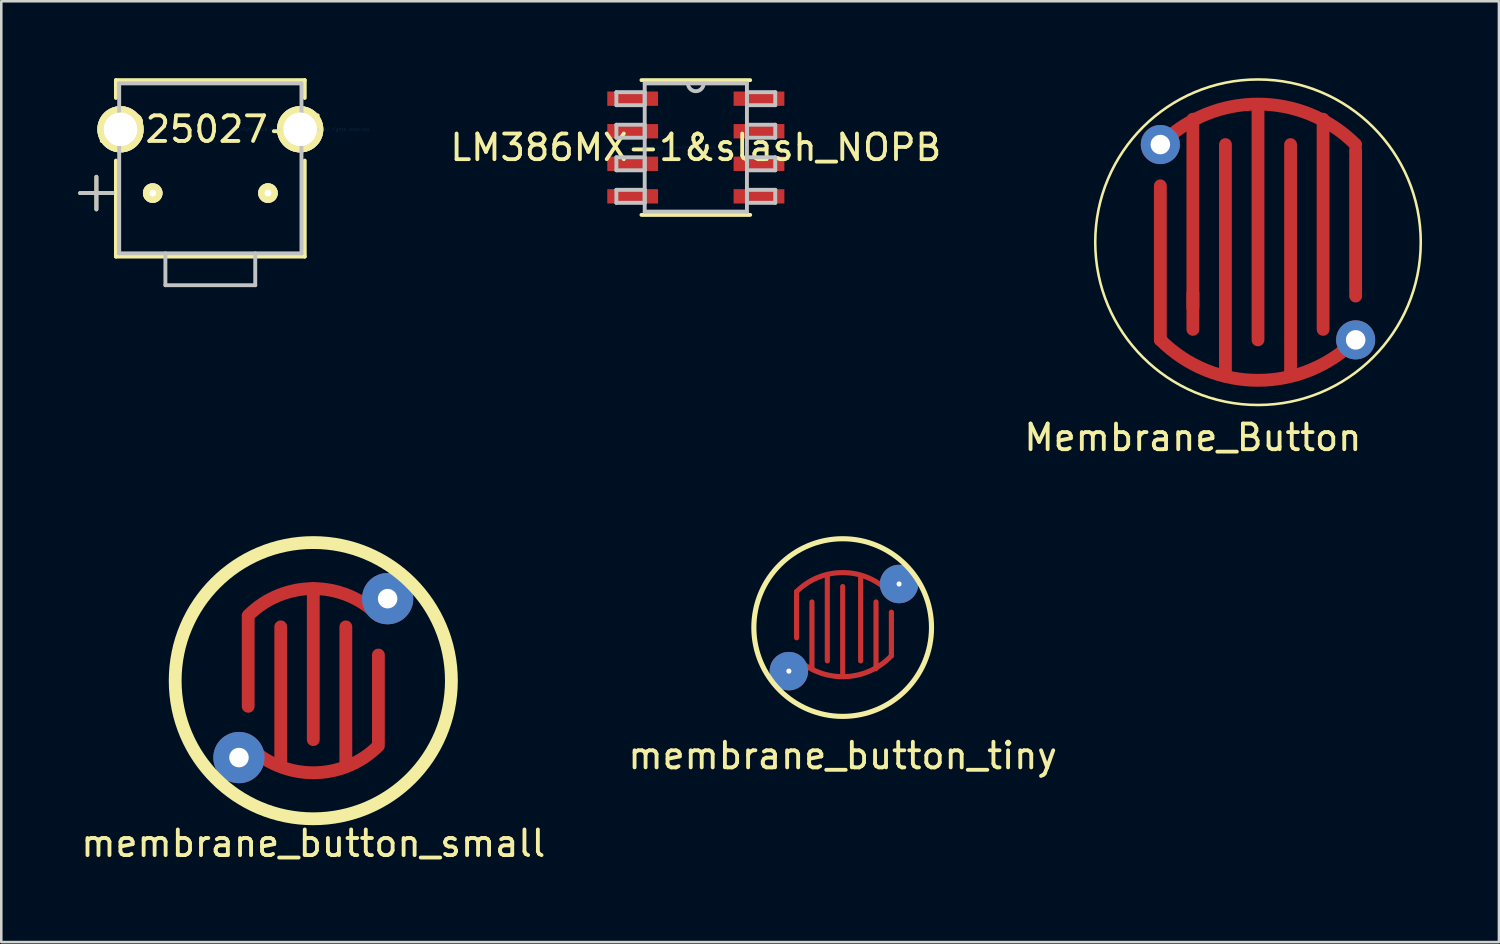
<source format=kicad_pcb>
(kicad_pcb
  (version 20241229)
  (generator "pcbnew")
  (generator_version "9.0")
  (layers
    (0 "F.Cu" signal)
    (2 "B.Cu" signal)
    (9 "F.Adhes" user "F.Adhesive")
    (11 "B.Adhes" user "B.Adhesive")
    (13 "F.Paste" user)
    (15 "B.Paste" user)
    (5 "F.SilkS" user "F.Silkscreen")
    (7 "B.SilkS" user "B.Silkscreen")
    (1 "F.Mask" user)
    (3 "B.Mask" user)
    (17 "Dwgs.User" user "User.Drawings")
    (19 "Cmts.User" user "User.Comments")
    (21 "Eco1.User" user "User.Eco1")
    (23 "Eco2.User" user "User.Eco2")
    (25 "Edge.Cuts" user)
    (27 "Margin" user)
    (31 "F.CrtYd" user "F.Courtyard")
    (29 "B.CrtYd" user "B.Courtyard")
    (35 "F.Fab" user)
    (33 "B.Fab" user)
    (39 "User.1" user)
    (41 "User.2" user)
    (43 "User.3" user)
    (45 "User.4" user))
  (footprint "LM386MX-1&slash_NOPB"
    (layer "F.Cu")
    (at 24.097 2.705)
    (property "Reference" "LM386MX-1&slash_NOPB" (at 0 0 0) (layer "F.SilkS") (effects (font (size 1 1) (thickness 0.15))))
    (attr through_hole)
    (fp_line (start -2.121 2.629) (end 2.121 2.629) (stroke (width 0.152) (type solid)) (layer "F.SilkS"))
    (fp_line (start 2.121 -2.629) (end -2.121 -2.629) (stroke (width 0.152) (type solid)) (layer "F.SilkS"))
    (fp_line (start -3.099 -2.159) (end -3.099 -1.651) (stroke (width 0.152) (type solid)) (layer "Dwgs.User"))
    (fp_line (start -3.099 -1.651) (end -1.994 -1.651) (stroke (width 0.152) (type solid)) (layer "Dwgs.User"))
    (fp_line (start -3.099 -0.889) (end -3.099 -0.381) (stroke (width 0.152) (type solid)) (layer "Dwgs.User"))
    (fp_line (start -3.099 -0.381) (end -1.994 -0.381) (stroke (width 0.152) (type solid)) (layer "Dwgs.User"))
    (fp_line (start -3.099 0.381) (end -3.099 0.889) (stroke (width 0.152) (type solid)) (layer "Dwgs.User"))
    (fp_line (start -3.099 0.889) (end -1.994 0.889) (stroke (width 0.152) (type solid)) (layer "Dwgs.User"))
    (fp_line (start -3.099 1.651) (end -3.099 2.159) (stroke (width 0.152) (type solid)) (layer "Dwgs.User"))
    (fp_line (start -3.099 2.159) (end -1.994 2.159) (stroke (width 0.152) (type solid)) (layer "Dwgs.User"))
    (fp_line (start -1.994 -2.502) (end -1.994 2.502) (stroke (width 0.152) (type solid)) (layer "Dwgs.User"))
    (fp_line (start -1.994 -2.159) (end -3.099 -2.159) (stroke (width 0.152) (type solid)) (layer "Dwgs.User"))
    (fp_line (start -1.994 -1.651) (end -1.994 -2.159) (stroke (width 0.152) (type solid)) (layer "Dwgs.User"))
    (fp_line (start -1.994 -0.889) (end -3.099 -0.889) (stroke (width 0.152) (type solid)) (layer "Dwgs.User"))
    (fp_line (start -1.994 -0.381) (end -1.994 -0.889) (stroke (width 0.152) (type solid)) (layer "Dwgs.User"))
    (fp_line (start -1.994 0.381) (end -3.099 0.381) (stroke (width 0.152) (type solid)) (layer "Dwgs.User"))
    (fp_line (start -1.994 0.889) (end -1.994 0.381) (stroke (width 0.152) (type solid)) (layer "Dwgs.User"))
    (fp_line (start -1.994 1.651) (end -3.099 1.651) (stroke (width 0.152) (type solid)) (layer "Dwgs.User"))
    (fp_line (start -1.994 2.159) (end -1.994 1.651) (stroke (width 0.152) (type solid)) (layer "Dwgs.User"))
    (fp_line (start -1.994 2.502) (end 1.994 2.502) (stroke (width 0.152) (type solid)) (layer "Dwgs.User"))
    (fp_line (start 1.994 -2.502) (end -1.994 -2.502) (stroke (width 0.152) (type solid)) (layer "Dwgs.User"))
    (fp_line (start 1.994 -2.159) (end 1.994 -1.651) (stroke (width 0.152) (type solid)) (layer "Dwgs.User"))
    (fp_line (start 1.994 -1.651) (end 3.099 -1.651) (stroke (width 0.152) (type solid)) (layer "Dwgs.User"))
    (fp_line (start 1.994 -0.889) (end 1.994 -0.381) (stroke (width 0.152) (type solid)) (layer "Dwgs.User"))
    (fp_line (start 1.994 -0.381) (end 3.099 -0.381) (stroke (width 0.152) (type solid)) (layer "Dwgs.User"))
    (fp_line (start 1.994 0.381) (end 1.994 0.889) (stroke (width 0.152) (type solid)) (layer "Dwgs.User"))
    (fp_line (start 1.994 0.889) (end 3.099 0.889) (stroke (width 0.152) (type solid)) (layer "Dwgs.User"))
    (fp_line (start 1.994 1.651) (end 1.994 2.159) (stroke (width 0.152) (type solid)) (layer "Dwgs.User"))
    (fp_line (start 1.994 2.159) (end 3.099 2.159) (stroke (width 0.152) (type solid)) (layer "Dwgs.User"))
    (fp_line (start 1.994 2.502) (end 1.994 -2.502) (stroke (width 0.152) (type solid)) (layer "Dwgs.User"))
    (fp_line (start 3.099 -2.159) (end 1.994 -2.159) (stroke (width 0.152) (type solid)) (layer "Dwgs.User"))
    (fp_line (start 3.099 -1.651) (end 3.099 -2.159) (stroke (width 0.152) (type solid)) (layer "Dwgs.User"))
    (fp_line (start 3.099 -0.889) (end 1.994 -0.889) (stroke (width 0.152) (type solid)) (layer "Dwgs.User"))
    (fp_line (start 3.099 -0.381) (end 3.099 -0.889) (stroke (width 0.152) (type solid)) (layer "Dwgs.User"))
    (fp_line (start 3.099 0.381) (end 1.994 0.381) (stroke (width 0.152) (type solid)) (layer "Dwgs.User"))
    (fp_line (start 3.099 0.889) (end 3.099 0.381) (stroke (width 0.152) (type solid)) (layer "Dwgs.User"))
    (fp_line (start 3.099 1.651) (end 1.994 1.651) (stroke (width 0.152) (type solid)) (layer "Dwgs.User"))
    (fp_line (start 3.099 2.159) (end 3.099 1.651) (stroke (width 0.152) (type solid)) (layer "Dwgs.User"))
    (fp_arc (start 0.3048 -2.5019) (mid 0 -2.1971) (end -0.3048 -2.5019) (stroke (width 0.1524) (type solid)) (layer "Dwgs.User"))
    (fp_text user "Copyright 2016 Accelerated Designs. All rights reserved." (at 0 0 0) (layer "Cmts.User") (effects (font (size 0.127 0.127) (thickness 0.002))))
    (pad "1" smd rect (at -2.464 -1.905) (size 1.981 0.559) (layers "F.Cu"))
    (pad "2" smd rect (at -2.464 -0.635) (size 1.981 0.559) (layers "F.Cu"))
    (pad "3" smd rect (at -2.464 0.635) (size 1.981 0.559) (layers "F.Cu"))
    (pad "4" smd rect (at -2.464 1.905) (size 1.981 0.559) (layers "F.Cu"))
    (pad "5" smd rect (at 2.464 1.905) (size 1.981 0.559) (layers "F.Cu"))
    (pad "6" smd rect (at 2.464 0.635) (size 1.981 0.559) (layers "F.Cu"))
    (pad "7" smd rect (at 2.464 -0.635) (size 1.981 0.559) (layers "F.Cu"))
    (pad "8" smd rect (at 2.464 -1.905) (size 1.981 0.559) (layers "F.Cu")))
  (footprint "membrane_button_tiny"
    (layer "F.Cu")
    (at 29.827 21.434)
    (property "Reference" "membrane_button_tiny" (at 0 5 0) (layer "F.SilkS") (effects (font (size 1 1) (thickness 0.15))))
    (attr through_hole)
    (fp_line (start -1.8 -1.4) (end -1.8 0.4) (stroke (width 0.2) (type solid)) (layer "F.Cu"))
    (fp_line (start -1.2 1.6) (end -1.2 -1) (stroke (width 0.2) (type solid)) (layer "F.Cu"))
    (fp_line (start -0.6 -2) (end -0.6 1.3) (stroke (width 0.2) (type solid)) (layer "F.Cu"))
    (fp_line (start 0 1.8) (end 0 -1.6) (stroke (width 0.2) (type solid)) (layer "F.Cu"))
    (fp_line (start 0.7 -2) (end 0.7 1.3) (stroke (width 0.2) (type solid)) (layer "F.Cu"))
    (fp_line (start 1.3 1.6) (end 1.3 -1) (stroke (width 0.2) (type solid)) (layer "F.Cu"))
    (fp_line (start 1.9 1.1) (end 1.9 -0.6) (stroke (width 0.2) (type solid)) (layer "F.Cu"))
    (fp_arc (start -1.8 -1.4) (mid 0 -2.145584) (end 1.8 -1.4) (stroke (width 0.2) (type solid)) (layer "F.Cu"))
    (fp_arc (start 1.9 1.1) (mid 0.070711 1.916295) (end -1.8 1.2) (stroke (width 0.2) (type solid)) (layer "F.Cu"))
    (fp_circle (center 0 0) (end 2.4 -2.5) (stroke (width 0.2) (type solid)) (fill no) (layer "F.SilkS"))
    (pad "1" thru_hole circle (at 2.2 -1.7) (size 1.5 1.5) (drill 0.2) (layers "*.Cu" "*.Mask"))
    (pad "2" thru_hole circle (at -2.1 1.7) (size 1.5 1.5) (drill 0.2) (layers "*.Cu" "*.Mask")))
  (footprint "Membrane_Button"
    (layer "F.Cu")
    (at 46.03 6.4)
    (property "Reference" "Membrane_Button" (at -2.54 7.62 0) (layer "F.SilkS") (effects (font (size 1 1) (thickness 0.15))))
    (attr through_hole)
    (fp_line (start -3.81 3.81) (end -3.81 -2.2) (stroke (width 0.5) (type solid)) (layer "F.Cu"))
    (fp_line (start -2.54 -4.8) (end -2.54 2.54) (stroke (width 0.5) (type solid)) (layer "F.Cu"))
    (fp_line (start -2.54 3.4) (end -2.54 2) (stroke (width 0.5) (type solid)) (layer "F.Cu"))
    (fp_line (start -1.27 5.08) (end -1.27 -3.81) (stroke (width 0.5) (type solid)) (layer "F.Cu"))
    (fp_line (start 0 -5.3) (end 0 3.81) (stroke (width 0.5) (type solid)) (layer "F.Cu"))
    (fp_line (start 1.27 5.08) (end 1.27 -3.81) (stroke (width 0.5) (type solid)) (layer "F.Cu"))
    (fp_line (start 2.54 -4.8) (end 2.54 3.4) (stroke (width 0.5) (type solid)) (layer "F.Cu"))
    (fp_line (start 3.81 2.1) (end 3.81 -3.6) (stroke (width 0.5) (type solid)) (layer "F.Cu"))
    (fp_arc (start -3.81 -3.81) (mid 0 -5.388154) (end 3.81 -3.81) (stroke (width 0.5) (type solid)) (layer "F.Cu"))
    (fp_arc (start 3.81 3.81) (mid 0 5.388154) (end -3.81 3.81) (stroke (width 0.5) (type solid)) (layer "F.Cu"))
    (fp_circle (center 0 0) (end 5.08 -3.81) (stroke (width 0.1) (type solid)) (fill no) (layer "F.SilkS"))
    (pad "1" thru_hole circle (at -3.81 -3.81) (size 1.524 1.524) (drill 0.762) (layers "*.Cu" "*.Mask"))
    (pad "2" thru_hole circle (at 3.81 3.81) (size 1.524 1.524) (drill 0.762) (layers "*.Cu" "*.Mask")))
  (footprint "1825027-5"
    (layer "F.Cu")
    (at 8.661 1.994)
    (property "Reference" "1825027-5" (at -3.505 0 0) (layer "F.SilkS") (effects (font (size 1 1) (thickness 0.15))))
    (attr through_hole)
    (fp_line (start -8.585 2.489) (end -7.315 2.489) (stroke (width 0.152) (type solid)) (layer "F.SilkS"))
    (fp_line (start -7.95 1.854) (end -7.95 3.124) (stroke (width 0.152) (type solid)) (layer "F.SilkS"))
    (fp_line (start -7.188 -1.918) (end -7.188 -1.222) (stroke (width 0.152) (type solid)) (layer "F.SilkS"))
    (fp_line (start -7.188 1.222) (end -7.188 4.966) (stroke (width 0.152) (type solid)) (layer "F.SilkS"))
    (fp_line (start 0.178 -1.918) (end -7.188 -1.918) (stroke (width 0.152) (type solid)) (layer "F.SilkS"))
    (fp_line (start 0.178 -1.918) (end 0.178 -1.222) (stroke (width 0.152) (type solid)) (layer "F.SilkS"))
    (fp_line (start 0.178 1.222) (end 0.178 4.966) (stroke (width 0.152) (type solid)) (layer "F.SilkS"))
    (fp_line (start 0.178 4.966) (end -7.188 4.966) (stroke (width 0.152) (type solid)) (layer "F.SilkS"))
    (fp_line (start -8.585 2.489) (end -7.315 2.489) (stroke (width 0.152) (type solid)) (layer "Dwgs.User"))
    (fp_line (start -7.95 1.854) (end -7.95 3.124) (stroke (width 0.152) (type solid)) (layer "Dwgs.User"))
    (fp_line (start -7.061 -1.791) (end -7.061 4.839) (stroke (width 0.152) (type solid)) (layer "Dwgs.User"))
    (fp_line (start -5.258 4.839) (end -5.258 6.083) (stroke (width 0.152) (type solid)) (layer "Dwgs.User"))
    (fp_line (start -5.258 6.083) (end -1.753 6.083) (stroke (width 0.152) (type solid)) (layer "Dwgs.User"))
    (fp_line (start -1.753 6.083) (end -1.753 4.839) (stroke (width 0.152) (type solid)) (layer "Dwgs.User"))
    (fp_line (start 0.051 -1.791) (end -7.061 -1.791) (stroke (width 0.152) (type solid)) (layer "Dwgs.User"))
    (fp_line (start 0.051 -1.791) (end 0.051 4.839) (stroke (width 0.152) (type solid)) (layer "Dwgs.User"))
    (fp_line (start 0.051 4.839) (end -7.061 4.839) (stroke (width 0.152) (type solid)) (layer "Dwgs.User"))
    (fp_text user "Copyright 2016 Accelerated Designs. All rights reserved." (at 0 0 0) (layer "Cmts.User") (effects (font (size 0.127 0.127) (thickness 0.002))))
    (pad "1" thru_hole circle (at -5.753 2.489) (size 0.762 0.762) (drill 0.254) (layers "*.Cu" "F.SilkS"))
    (pad "1" thru_hole circle (at -5.753 2.489) (size 0.762 0.762) (drill 0.254) (layers "*.Cu" "F.SilkS"))
    (pad "2" thru_hole circle (at -1.257 2.489) (size 0.762 0.762) (drill 0.254) (layers "*.Cu" "F.SilkS"))
    (pad "2" thru_hole circle (at -1.257 2.489) (size 0.762 0.762) (drill 0.254) (layers "*.Cu" "F.SilkS"))
    (pad "3" thru_hole circle (at -7.01 0) (size 1.803 1.803) (drill 1.295) (layers "*.Cu" "F.SilkS"))
    (pad "3" thru_hole circle (at -7.01 0) (size 1.803 1.803) (drill 1.295) (layers "*.Cu" "F.SilkS"))
    (pad "4" thru_hole circle (at 0 0) (size 1.803 1.803) (drill 1.295) (layers "*.Cu" "F.SilkS"))
    (pad "4" thru_hole circle (at 0 0) (size 1.803 1.803) (drill 1.295) (layers "*.Cu" "F.SilkS")))
  (footprint "membrane_button_small"
    (layer "F.Cu")
    (at 9.173 23.506)
    (property "Reference" "membrane_button_small" (at 0 6.35 0) (layer "F.SilkS") (effects (font (size 1 1) (thickness 0.15))))
    (attr through_hole)
    (fp_line (start -2.54 -2.5) (end -2.54 1) (stroke (width 0.5) (type solid)) (layer "F.Cu"))
    (fp_line (start -1.27 3.3) (end -1.27 -2.1) (stroke (width 0.5) (type solid)) (layer "F.Cu"))
    (fp_line (start 0 -3.6) (end 0 2.3) (stroke (width 0.5) (type solid)) (layer "F.Cu"))
    (fp_line (start 1.27 3.3) (end 1.27 -2.1) (stroke (width 0.5) (type solid)) (layer "F.Cu"))
    (fp_line (start 2.54 2.4) (end 2.54 -1) (stroke (width 0.5) (type solid)) (layer "F.Cu"))
    (fp_arc (start -2.54 -2.54) (mid 0 -3.592102) (end 2.54 -2.54) (stroke (width 0.5) (type solid)) (layer "F.Cu"))
    (fp_arc (start 2.54 2.54) (mid 0 3.592102) (end -2.54 2.54) (stroke (width 0.5) (type solid)) (layer "F.Cu"))
    (fp_circle (center 0 0) (end 3.81 -3.81) (stroke (width 0.5) (type solid)) (fill no) (layer "F.SilkS"))
    (pad "1" thru_hole circle (at 2.9 -3.2) (size 2 2) (drill 0.762) (layers "*.Cu" "*.Mask"))
    (pad "2" thru_hole circle (at -2.9 3) (size 2 2) (drill 0.762) (layers "*.Cu" "*.Mask")))
  (gr_rect
    (start -3 -3)
    (end 55.43 33.705)
    (stroke (width 0.1) (type default))
    (fill no)
    (layer "Edge.Cuts")))
</source>
